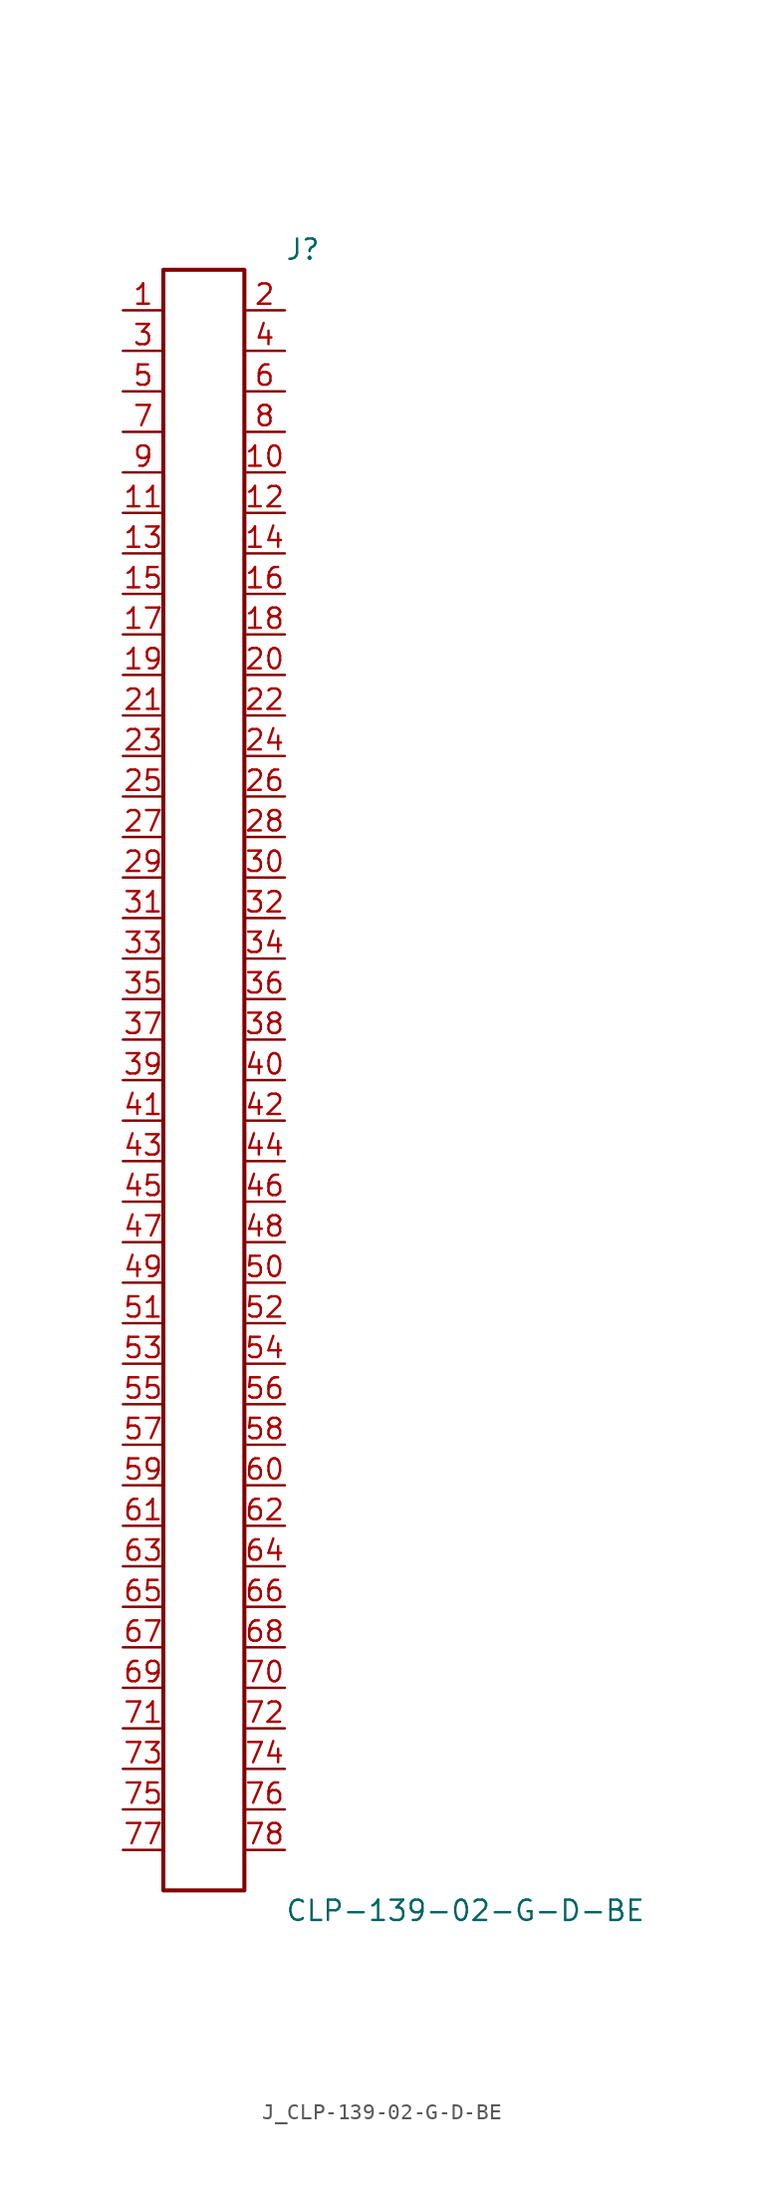
<source format=kicad_sym>
(kicad_symbol_lib
  (version 20231120)
  (generator kicad_symbol_editor)
  (generator_version 8.0)
  (symbol "J_CLP-139-02-G-D-BE"
    (pin_names
      (offset 0.254))
    (property "Reference" "J"
      (at 5.08 52.07 0)
      (effects (font (size 1.27 1.27)) (justify left)))
    (property "Value" "CLP-139-02-G-D-BE"
      (at 5.08 -52.07 0)
      (effects (font (size 1.27 1.27)) (justify left)))
    (symbol "J_CLP-139-02-G-D-BE_0_0"
      (pin passive line (at -5.08 48.26 0) (length 2.54) (name "" (effects (font (size 1.27 1.27)))) (number "1" (effects (font (size 1.27 1.27)))))
      (pin passive line (at 5.08 48.26 180) (length 2.54) (name "" (effects (font (size 1.27 1.27)))) (number "2" (effects (font (size 1.27 1.27)))))
      (pin passive line (at -5.08 45.72 0) (length 2.54) (name "" (effects (font (size 1.27 1.27)))) (number "3" (effects (font (size 1.27 1.27)))))
      (pin passive line (at 5.08 45.72 180) (length 2.54) (name "" (effects (font (size 1.27 1.27)))) (number "4" (effects (font (size 1.27 1.27)))))
      (pin passive line (at -5.08 43.18 0) (length 2.54) (name "" (effects (font (size 1.27 1.27)))) (number "5" (effects (font (size 1.27 1.27)))))
      (pin passive line (at 5.08 43.18 180) (length 2.54) (name "" (effects (font (size 1.27 1.27)))) (number "6" (effects (font (size 1.27 1.27)))))
      (pin passive line (at -5.08 40.64 0) (length 2.54) (name "" (effects (font (size 1.27 1.27)))) (number "7" (effects (font (size 1.27 1.27)))))
      (pin passive line (at 5.08 40.64 180) (length 2.54) (name "" (effects (font (size 1.27 1.27)))) (number "8" (effects (font (size 1.27 1.27)))))
      (pin passive line (at -5.08 38.1 0) (length 2.54) (name "" (effects (font (size 1.27 1.27)))) (number "9" (effects (font (size 1.27 1.27)))))
      (pin passive line (at 5.08 38.1 180) (length 2.54) (name "" (effects (font (size 1.27 1.27)))) (number "10" (effects (font (size 1.27 1.27)))))
      (pin passive line (at -5.08 35.56 0) (length 2.54) (name "" (effects (font (size 1.27 1.27)))) (number "11" (effects (font (size 1.27 1.27)))))
      (pin passive line (at 5.08 35.56 180) (length 2.54) (name "" (effects (font (size 1.27 1.27)))) (number "12" (effects (font (size 1.27 1.27)))))
      (pin passive line (at -5.08 33.02 0) (length 2.54) (name "" (effects (font (size 1.27 1.27)))) (number "13" (effects (font (size 1.27 1.27)))))
      (pin passive line (at 5.08 33.02 180) (length 2.54) (name "" (effects (font (size 1.27 1.27)))) (number "14" (effects (font (size 1.27 1.27)))))
      (pin passive line (at -5.08 30.48 0) (length 2.54) (name "" (effects (font (size 1.27 1.27)))) (number "15" (effects (font (size 1.27 1.27)))))
      (pin passive line (at 5.08 30.48 180) (length 2.54) (name "" (effects (font (size 1.27 1.27)))) (number "16" (effects (font (size 1.27 1.27)))))
      (pin passive line (at -5.08 27.94 0) (length 2.54) (name "" (effects (font (size 1.27 1.27)))) (number "17" (effects (font (size 1.27 1.27)))))
      (pin passive line (at 5.08 27.94 180) (length 2.54) (name "" (effects (font (size 1.27 1.27)))) (number "18" (effects (font (size 1.27 1.27)))))
      (pin passive line (at -5.08 25.4 0) (length 2.54) (name "" (effects (font (size 1.27 1.27)))) (number "19" (effects (font (size 1.27 1.27)))))
      (pin passive line (at 5.08 25.4 180) (length 2.54) (name "" (effects (font (size 1.27 1.27)))) (number "20" (effects (font (size 1.27 1.27)))))
      (pin passive line (at -5.08 22.86 0) (length 2.54) (name "" (effects (font (size 1.27 1.27)))) (number "21" (effects (font (size 1.27 1.27)))))
      (pin passive line (at 5.08 22.86 180) (length 2.54) (name "" (effects (font (size 1.27 1.27)))) (number "22" (effects (font (size 1.27 1.27)))))
      (pin passive line (at -5.08 20.32 0) (length 2.54) (name "" (effects (font (size 1.27 1.27)))) (number "23" (effects (font (size 1.27 1.27)))))
      (pin passive line (at 5.08 20.32 180) (length 2.54) (name "" (effects (font (size 1.27 1.27)))) (number "24" (effects (font (size 1.27 1.27)))))
      (pin passive line (at -5.08 17.78 0) (length 2.54) (name "" (effects (font (size 1.27 1.27)))) (number "25" (effects (font (size 1.27 1.27)))))
      (pin passive line (at 5.08 17.78 180) (length 2.54) (name "" (effects (font (size 1.27 1.27)))) (number "26" (effects (font (size 1.27 1.27)))))
      (pin passive line (at -5.08 15.24 0) (length 2.54) (name "" (effects (font (size 1.27 1.27)))) (number "27" (effects (font (size 1.27 1.27)))))
      (pin passive line (at 5.08 15.24 180) (length 2.54) (name "" (effects (font (size 1.27 1.27)))) (number "28" (effects (font (size 1.27 1.27)))))
      (pin passive line (at -5.08 12.7 0) (length 2.54) (name "" (effects (font (size 1.27 1.27)))) (number "29" (effects (font (size 1.27 1.27)))))
      (pin passive line (at 5.08 12.7 180) (length 2.54) (name "" (effects (font (size 1.27 1.27)))) (number "30" (effects (font (size 1.27 1.27)))))
      (pin passive line (at -5.08 10.16 0) (length 2.54) (name "" (effects (font (size 1.27 1.27)))) (number "31" (effects (font (size 1.27 1.27)))))
      (pin passive line (at 5.08 10.16 180) (length 2.54) (name "" (effects (font (size 1.27 1.27)))) (number "32" (effects (font (size 1.27 1.27)))))
      (pin passive line (at -5.08 7.62 0) (length 2.54) (name "" (effects (font (size 1.27 1.27)))) (number "33" (effects (font (size 1.27 1.27)))))
      (pin passive line (at 5.08 7.62 180) (length 2.54) (name "" (effects (font (size 1.27 1.27)))) (number "34" (effects (font (size 1.27 1.27)))))
      (pin passive line (at -5.08 5.08 0) (length 2.54) (name "" (effects (font (size 1.27 1.27)))) (number "35" (effects (font (size 1.27 1.27)))))
      (pin passive line (at 5.08 5.08 180) (length 2.54) (name "" (effects (font (size 1.27 1.27)))) (number "36" (effects (font (size 1.27 1.27)))))
      (pin passive line (at -5.08 2.54 0) (length 2.54) (name "" (effects (font (size 1.27 1.27)))) (number "37" (effects (font (size 1.27 1.27)))))
      (pin passive line (at 5.08 2.54 180) (length 2.54) (name "" (effects (font (size 1.27 1.27)))) (number "38" (effects (font (size 1.27 1.27)))))
      (pin passive line (at -5.08 0.0 0) (length 2.54) (name "" (effects (font (size 1.27 1.27)))) (number "39" (effects (font (size 1.27 1.27)))))
      (pin passive line (at 5.08 0.0 180) (length 2.54) (name "" (effects (font (size 1.27 1.27)))) (number "40" (effects (font (size 1.27 1.27)))))
      (pin passive line (at -5.08 -2.54 0) (length 2.54) (name "" (effects (font (size 1.27 1.27)))) (number "41" (effects (font (size 1.27 1.27)))))
      (pin passive line (at 5.08 -2.54 180) (length 2.54) (name "" (effects (font (size 1.27 1.27)))) (number "42" (effects (font (size 1.27 1.27)))))
      (pin passive line (at -5.08 -5.08 0) (length 2.54) (name "" (effects (font (size 1.27 1.27)))) (number "43" (effects (font (size 1.27 1.27)))))
      (pin passive line (at 5.08 -5.08 180) (length 2.54) (name "" (effects (font (size 1.27 1.27)))) (number "44" (effects (font (size 1.27 1.27)))))
      (pin passive line (at -5.08 -7.62 0) (length 2.54) (name "" (effects (font (size 1.27 1.27)))) (number "45" (effects (font (size 1.27 1.27)))))
      (pin passive line (at 5.08 -7.62 180) (length 2.54) (name "" (effects (font (size 1.27 1.27)))) (number "46" (effects (font (size 1.27 1.27)))))
      (pin passive line (at -5.08 -10.16 0) (length 2.54) (name "" (effects (font (size 1.27 1.27)))) (number "47" (effects (font (size 1.27 1.27)))))
      (pin passive line (at 5.08 -10.16 180) (length 2.54) (name "" (effects (font (size 1.27 1.27)))) (number "48" (effects (font (size 1.27 1.27)))))
      (pin passive line (at -5.08 -12.7 0) (length 2.54) (name "" (effects (font (size 1.27 1.27)))) (number "49" (effects (font (size 1.27 1.27)))))
      (pin passive line (at 5.08 -12.7 180) (length 2.54) (name "" (effects (font (size 1.27 1.27)))) (number "50" (effects (font (size 1.27 1.27)))))
      (pin passive line (at -5.08 -15.24 0) (length 2.54) (name "" (effects (font (size 1.27 1.27)))) (number "51" (effects (font (size 1.27 1.27)))))
      (pin passive line (at 5.08 -15.24 180) (length 2.54) (name "" (effects (font (size 1.27 1.27)))) (number "52" (effects (font (size 1.27 1.27)))))
      (pin passive line (at -5.08 -17.78 0) (length 2.54) (name "" (effects (font (size 1.27 1.27)))) (number "53" (effects (font (size 1.27 1.27)))))
      (pin passive line (at 5.08 -17.78 180) (length 2.54) (name "" (effects (font (size 1.27 1.27)))) (number "54" (effects (font (size 1.27 1.27)))))
      (pin passive line (at -5.08 -20.32 0) (length 2.54) (name "" (effects (font (size 1.27 1.27)))) (number "55" (effects (font (size 1.27 1.27)))))
      (pin passive line (at 5.08 -20.32 180) (length 2.54) (name "" (effects (font (size 1.27 1.27)))) (number "56" (effects (font (size 1.27 1.27)))))
      (pin passive line (at -5.08 -22.86 0) (length 2.54) (name "" (effects (font (size 1.27 1.27)))) (number "57" (effects (font (size 1.27 1.27)))))
      (pin passive line (at 5.08 -22.86 180) (length 2.54) (name "" (effects (font (size 1.27 1.27)))) (number "58" (effects (font (size 1.27 1.27)))))
      (pin passive line (at -5.08 -25.4 0) (length 2.54) (name "" (effects (font (size 1.27 1.27)))) (number "59" (effects (font (size 1.27 1.27)))))
      (pin passive line (at 5.08 -25.4 180) (length 2.54) (name "" (effects (font (size 1.27 1.27)))) (number "60" (effects (font (size 1.27 1.27)))))
      (pin passive line (at -5.08 -27.94 0) (length 2.54) (name "" (effects (font (size 1.27 1.27)))) (number "61" (effects (font (size 1.27 1.27)))))
      (pin passive line (at 5.08 -27.94 180) (length 2.54) (name "" (effects (font (size 1.27 1.27)))) (number "62" (effects (font (size 1.27 1.27)))))
      (pin passive line (at -5.08 -30.48 0) (length 2.54) (name "" (effects (font (size 1.27 1.27)))) (number "63" (effects (font (size 1.27 1.27)))))
      (pin passive line (at 5.08 -30.48 180) (length 2.54) (name "" (effects (font (size 1.27 1.27)))) (number "64" (effects (font (size 1.27 1.27)))))
      (pin passive line (at -5.08 -33.02 0) (length 2.54) (name "" (effects (font (size 1.27 1.27)))) (number "65" (effects (font (size 1.27 1.27)))))
      (pin passive line (at 5.08 -33.02 180) (length 2.54) (name "" (effects (font (size 1.27 1.27)))) (number "66" (effects (font (size 1.27 1.27)))))
      (pin passive line (at -5.08 -35.56 0) (length 2.54) (name "" (effects (font (size 1.27 1.27)))) (number "67" (effects (font (size 1.27 1.27)))))
      (pin passive line (at 5.08 -35.56 180) (length 2.54) (name "" (effects (font (size 1.27 1.27)))) (number "68" (effects (font (size 1.27 1.27)))))
      (pin passive line (at -5.08 -38.1 0) (length 2.54) (name "" (effects (font (size 1.27 1.27)))) (number "69" (effects (font (size 1.27 1.27)))))
      (pin passive line (at 5.08 -38.1 180) (length 2.54) (name "" (effects (font (size 1.27 1.27)))) (number "70" (effects (font (size 1.27 1.27)))))
      (pin passive line (at -5.08 -40.64 0) (length 2.54) (name "" (effects (font (size 1.27 1.27)))) (number "71" (effects (font (size 1.27 1.27)))))
      (pin passive line (at 5.08 -40.64 180) (length 2.54) (name "" (effects (font (size 1.27 1.27)))) (number "72" (effects (font (size 1.27 1.27)))))
      (pin passive line (at -5.08 -43.18 0) (length 2.54) (name "" (effects (font (size 1.27 1.27)))) (number "73" (effects (font (size 1.27 1.27)))))
      (pin passive line (at 5.08 -43.18 180) (length 2.54) (name "" (effects (font (size 1.27 1.27)))) (number "74" (effects (font (size 1.27 1.27)))))
      (pin passive line (at -5.08 -45.72 0) (length 2.54) (name "" (effects (font (size 1.27 1.27)))) (number "75" (effects (font (size 1.27 1.27)))))
      (pin passive line (at 5.08 -45.72 180) (length 2.54) (name "" (effects (font (size 1.27 1.27)))) (number "76" (effects (font (size 1.27 1.27)))))
      (pin passive line (at -5.08 -48.26 0) (length 2.54) (name "" (effects (font (size 1.27 1.27)))) (number "77" (effects (font (size 1.27 1.27)))))
      (pin passive line (at 5.08 -48.26 180) (length 2.54) (name "" (effects (font (size 1.27 1.27)))) (number "78" (effects (font (size 1.27 1.27))))))
    (symbol "J_CLP-139-02-G-D-BE_1_0"
      (rectangle (start -2.54 50.8) (end 2.54 -50.8) (stroke (width 0.254) (type solid)) (fill (type none))))))
</source>
